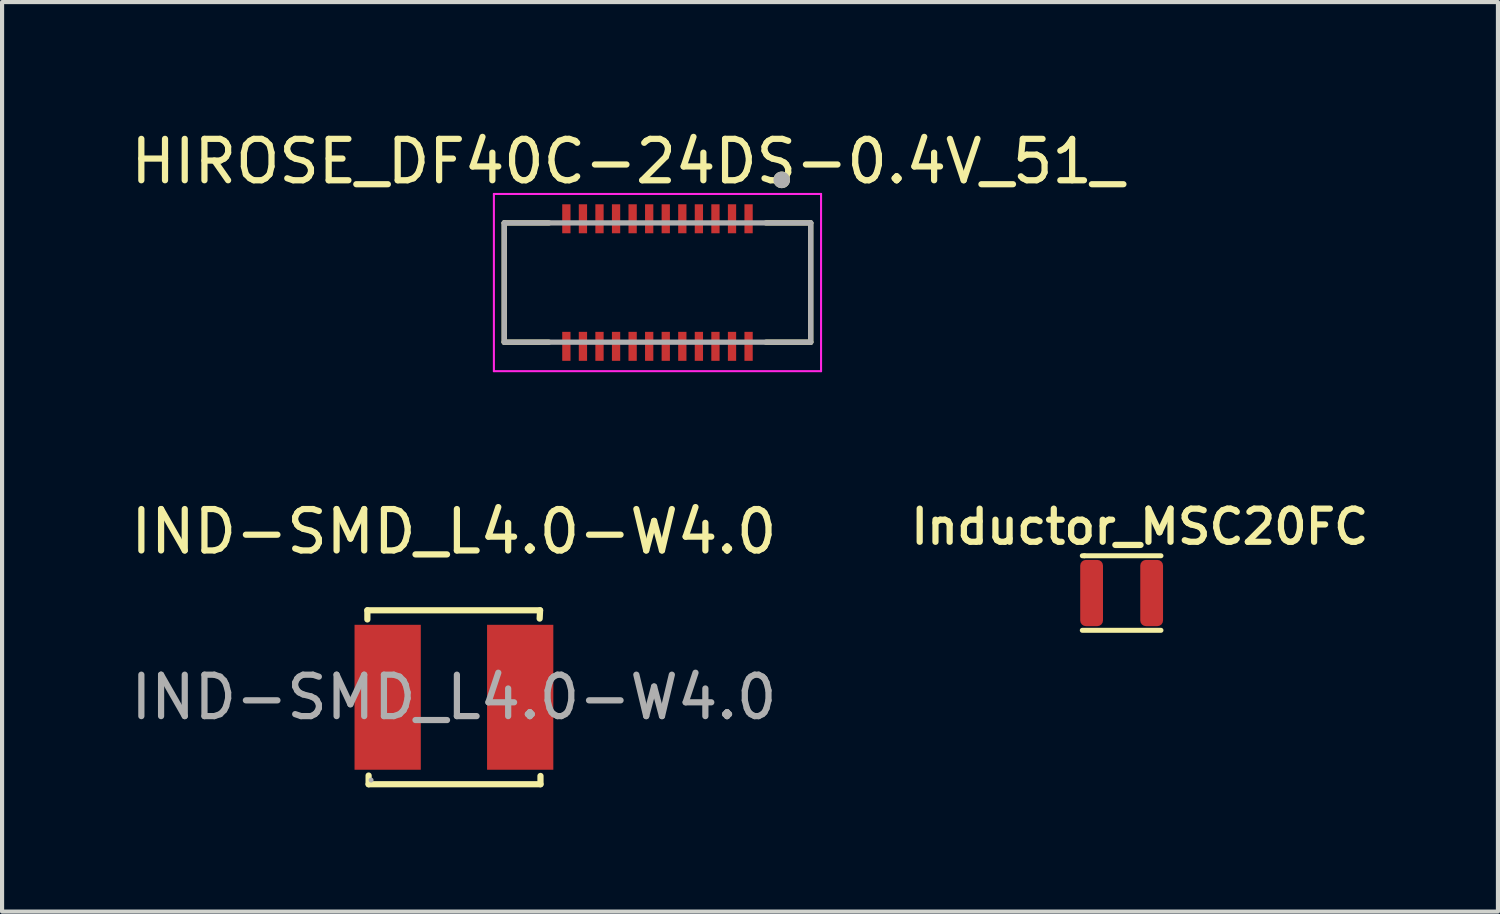
<source format=kicad_pcb>
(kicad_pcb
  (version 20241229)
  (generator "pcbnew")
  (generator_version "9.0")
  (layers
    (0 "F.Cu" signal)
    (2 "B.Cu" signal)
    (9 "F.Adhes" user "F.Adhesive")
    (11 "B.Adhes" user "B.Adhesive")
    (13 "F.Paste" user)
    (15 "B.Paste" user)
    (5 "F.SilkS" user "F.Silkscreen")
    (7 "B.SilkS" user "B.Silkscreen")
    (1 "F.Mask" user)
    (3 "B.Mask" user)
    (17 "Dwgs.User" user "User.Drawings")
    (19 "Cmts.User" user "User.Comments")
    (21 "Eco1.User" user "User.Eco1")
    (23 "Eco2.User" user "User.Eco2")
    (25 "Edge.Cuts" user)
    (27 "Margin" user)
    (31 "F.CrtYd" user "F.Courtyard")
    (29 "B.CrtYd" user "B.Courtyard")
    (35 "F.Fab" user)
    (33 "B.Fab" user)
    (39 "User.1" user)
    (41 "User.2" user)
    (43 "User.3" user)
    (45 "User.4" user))
  (footprint "Inductor_MSC20FC"
    (layer "F.Cu")
    (at 24.034 11.27)
    (property "Reference" "Inductor_MSC20FC" (at 0.438 -1.6 180) (layer "F.SilkS") (effects (font (size 0.8 0.8) (thickness 0.15))))
    (attr smd)
    (fp_line (start -0.95 0.9) (end 0.95 0.9) (stroke (width 0.12) (type solid)) (layer "F.SilkS"))
    (fp_line (start -0.9 -0.9) (end -0.95 -0.9) (stroke (width 0.12) (type solid)) (layer "F.SilkS"))
    (fp_line (start -0.9 -0.9) (end 0.95 -0.9) (stroke (width 0.12) (type solid)) (layer "F.SilkS"))
    (pad "1" smd roundrect (at -0.725 0 180) (size 0.55 1.6) (layers "F.Cu" "F.Mask" "F.Paste") (roundrect_rratio 0.25))
    (pad "2" smd roundrect (at 0.725 0 180) (size 0.55 1.6) (layers "F.Cu" "F.Mask" "F.Paste") (roundrect_rratio 0.25)))
  (footprint "IND-SMD_L4.0-W4.0"
    (layer "F.Cu")
    (at 7.911 13.787)
    (property "Reference" "IND-SMD_L4.0-W4.0" (at 0 -4 0) (layer "F.SilkS") (effects (font (size 1 1) (thickness 0.15))))
    (attr smd)
    (fp_line (start -2.09 -2.1) (end -2.09 -1.88) (stroke (width 0.15) (type solid)) (layer "F.SilkS"))
    (fp_line (start -2.06 1.89) (end -2.06 2.1) (stroke (width 0.15) (type solid)) (layer "F.SilkS"))
    (fp_line (start -2.06 2.1) (end 2.09 2.1) (stroke (width 0.15) (type solid)) (layer "F.SilkS"))
    (fp_line (start 2.07 -1.9) (end 2.08 -2.1) (stroke (width 0.15) (type solid)) (layer "F.SilkS"))
    (fp_line (start 2.08 -2.1) (end -2.09 -2.1) (stroke (width 0.15) (type solid)) (layer "F.SilkS"))
    (fp_line (start 2.09 2.1) (end 2.09 1.9) (stroke (width 0.15) (type solid)) (layer "F.SilkS"))
    (fp_circle (center -2 2) (end -1.97 2) (stroke (width 0.06) (type solid)) (fill no) (layer "F.Fab"))
    (fp_text user "${REFERENCE}" (at 0 0 0) (layer "F.Fab") (effects (font (size 1 1) (thickness 0.15))))
    (pad "1" smd rect (at -1.6 0) (size 1.6 3.5) (layers "F.Cu" "F.Mask" "F.Paste"))
    (pad "2" smd rect (at 1.6 0) (size 1.6 3.5) (layers "F.Cu" "F.Mask" "F.Paste")))
  (footprint "HIROSE_DF40C-24DS-0.4V_51_"
    (layer "F.Cu")
    (at 12.826 3.773)
    (property "Reference" "HIROSE_DF40C-24DS-0.4V_51_" (at -0.725 -2.925 0) (layer "F.SilkS") (effects (font (size 1 1) (thickness 0.15))))
    (attr smd)
    (fp_line (start -3.7 -1.44) (end -3.7 1.44) (stroke (width 0.127) (type solid)) (layer "F.SilkS"))
    (fp_line (start -3.7 1.44) (end -2.62 1.44) (stroke (width 0.127) (type solid)) (layer "F.SilkS"))
    (fp_line (start -2.62 -1.44) (end -3.7 -1.44) (stroke (width 0.127) (type solid)) (layer "F.SilkS"))
    (fp_line (start 3.7 -1.44) (end 2.62 -1.44) (stroke (width 0.127) (type solid)) (layer "F.SilkS"))
    (fp_line (start 3.7 -1.44) (end 3.7 1.44) (stroke (width 0.127) (type solid)) (layer "F.SilkS"))
    (fp_line (start 3.7 1.44) (end 2.62 1.44) (stroke (width 0.127) (type solid)) (layer "F.SilkS"))
    (fp_circle (center 3 -2.48) (end 3.1 -2.48) (stroke (width 0.2) (type solid)) (fill no) (layer "F.SilkS"))
    (fp_poly (pts (xy -2.289 -1.853) (xy -2.111 -1.853) (xy -2.111 -1.227) (xy -2.289 -1.227)) (stroke (width 0.01) (type solid)) (fill yes) (layer "F.Paste"))
    (fp_poly (pts (xy -2.289 1.227) (xy -2.111 1.227) (xy -2.111 1.853) (xy -2.289 1.853)) (stroke (width 0.01) (type solid)) (fill yes) (layer "F.Paste"))
    (fp_poly (pts (xy -1.889 -1.853) (xy -1.71 -1.853) (xy -1.71 -1.227) (xy -1.889 -1.227)) (stroke (width 0.01) (type solid)) (fill yes) (layer "F.Paste"))
    (fp_poly (pts (xy -1.889 1.227) (xy -1.71 1.227) (xy -1.71 1.853) (xy -1.889 1.853)) (stroke (width 0.01) (type solid)) (fill yes) (layer "F.Paste"))
    (fp_poly (pts (xy -1.49 -1.853) (xy -1.31 -1.853) (xy -1.31 -1.227) (xy -1.49 -1.227)) (stroke (width 0.01) (type solid)) (fill yes) (layer "F.Paste"))
    (fp_poly (pts (xy -1.49 1.227) (xy -1.31 1.227) (xy -1.31 1.853) (xy -1.49 1.853)) (stroke (width 0.01) (type solid)) (fill yes) (layer "F.Paste"))
    (fp_poly (pts (xy -1.089 -1.853) (xy -0.91 -1.853) (xy -0.91 -1.227) (xy -1.089 -1.227)) (stroke (width 0.01) (type solid)) (fill yes) (layer "F.Paste"))
    (fp_poly (pts (xy -1.089 1.227) (xy -0.91 1.227) (xy -0.91 1.853) (xy -1.089 1.853)) (stroke (width 0.01) (type solid)) (fill yes) (layer "F.Paste"))
    (fp_poly (pts (xy -0.69 -1.853) (xy -0.51 -1.853) (xy -0.51 -1.227) (xy -0.69 -1.227)) (stroke (width 0.01) (type solid)) (fill yes) (layer "F.Paste"))
    (fp_poly (pts (xy -0.69 1.227) (xy -0.51 1.227) (xy -0.51 1.853) (xy -0.69 1.853)) (stroke (width 0.01) (type solid)) (fill yes) (layer "F.Paste"))
    (fp_poly (pts (xy -0.289 -1.853) (xy -0.111 -1.853) (xy -0.111 -1.227) (xy -0.289 -1.227)) (stroke (width 0.01) (type solid)) (fill yes) (layer "F.Paste"))
    (fp_poly (pts (xy -0.289 1.227) (xy -0.111 1.227) (xy -0.111 1.853) (xy -0.289 1.853)) (stroke (width 0.01) (type solid)) (fill yes) (layer "F.Paste"))
    (fp_poly (pts (xy 0.111 -1.853) (xy 0.289 -1.853) (xy 0.289 -1.227) (xy 0.111 -1.227)) (stroke (width 0.01) (type solid)) (fill yes) (layer "F.Paste"))
    (fp_poly (pts (xy 0.111 1.227) (xy 0.289 1.227) (xy 0.289 1.853) (xy 0.111 1.853)) (stroke (width 0.01) (type solid)) (fill yes) (layer "F.Paste"))
    (fp_poly (pts (xy 0.51 -1.853) (xy 0.69 -1.853) (xy 0.69 -1.227) (xy 0.51 -1.227)) (stroke (width 0.01) (type solid)) (fill yes) (layer "F.Paste"))
    (fp_poly (pts (xy 0.51 1.227) (xy 0.69 1.227) (xy 0.69 1.853) (xy 0.51 1.853)) (stroke (width 0.01) (type solid)) (fill yes) (layer "F.Paste"))
    (fp_poly (pts (xy 0.91 -1.853) (xy 1.089 -1.853) (xy 1.089 -1.227) (xy 0.91 -1.227)) (stroke (width 0.01) (type solid)) (fill yes) (layer "F.Paste"))
    (fp_poly (pts (xy 0.91 1.227) (xy 1.089 1.227) (xy 1.089 1.853) (xy 0.91 1.853)) (stroke (width 0.01) (type solid)) (fill yes) (layer "F.Paste"))
    (fp_poly (pts (xy 1.31 -1.853) (xy 1.49 -1.853) (xy 1.49 -1.227) (xy 1.31 -1.227)) (stroke (width 0.01) (type solid)) (fill yes) (layer "F.Paste"))
    (fp_poly (pts (xy 1.31 1.227) (xy 1.49 1.227) (xy 1.49 1.853) (xy 1.31 1.853)) (stroke (width 0.01) (type solid)) (fill yes) (layer "F.Paste"))
    (fp_poly (pts (xy 1.71 -1.853) (xy 1.889 -1.853) (xy 1.889 -1.227) (xy 1.71 -1.227)) (stroke (width 0.01) (type solid)) (fill yes) (layer "F.Paste"))
    (fp_poly (pts (xy 1.71 1.227) (xy 1.889 1.227) (xy 1.889 1.853) (xy 1.71 1.853)) (stroke (width 0.01) (type solid)) (fill yes) (layer "F.Paste"))
    (fp_poly (pts (xy 2.111 -1.853) (xy 2.289 -1.853) (xy 2.289 -1.227) (xy 2.111 -1.227)) (stroke (width 0.01) (type solid)) (fill yes) (layer "F.Paste"))
    (fp_poly (pts (xy 2.111 1.227) (xy 2.289 1.227) (xy 2.289 1.853) (xy 2.111 1.853)) (stroke (width 0.01) (type solid)) (fill yes) (layer "F.Paste"))
    (fp_line (start -3.95 -2.14) (end -3.95 2.14) (stroke (width 0.05) (type solid)) (layer "F.CrtYd"))
    (fp_line (start -3.95 2.14) (end 3.95 2.14) (stroke (width 0.05) (type solid)) (layer "F.CrtYd"))
    (fp_line (start 3.95 -2.14) (end -3.95 -2.14) (stroke (width 0.05) (type solid)) (layer "F.CrtYd"))
    (fp_line (start 3.95 2.14) (end 3.95 -2.14) (stroke (width 0.05) (type solid)) (layer "F.CrtYd"))
    (fp_line (start -3.7 -1.44) (end 3.7 -1.44) (stroke (width 0.127) (type solid)) (layer "F.Fab"))
    (fp_line (start -3.7 1.44) (end -3.7 -1.44) (stroke (width 0.127) (type solid)) (layer "F.Fab"))
    (fp_line (start 3.7 -1.44) (end 3.7 1.44) (stroke (width 0.127) (type solid)) (layer "F.Fab"))
    (fp_line (start 3.7 1.44) (end -3.7 1.44) (stroke (width 0.127) (type solid)) (layer "F.Fab"))
    (fp_circle (center 3 -2.48) (end 3.1 -2.48) (stroke (width 0.2) (type solid)) (fill no) (layer "F.Fab"))
    (pad "1" smd rect (at 2.2 -1.54) (size 0.2 0.7) (layers "F.Cu" "F.Mask"))
    (pad "2" smd rect (at 2.2 1.54) (size 0.2 0.7) (layers "F.Cu" "F.Mask"))
    (pad "3" smd rect (at 1.8 -1.54) (size 0.2 0.7) (layers "F.Cu" "F.Mask"))
    (pad "4" smd rect (at 1.8 1.54) (size 0.2 0.7) (layers "F.Cu" "F.Mask"))
    (pad "5" smd rect (at 1.4 -1.54) (size 0.2 0.7) (layers "F.Cu" "F.Mask"))
    (pad "6" smd rect (at 1.4 1.54) (size 0.2 0.7) (layers "F.Cu" "F.Mask"))
    (pad "7" smd rect (at 1 -1.54) (size 0.2 0.7) (layers "F.Cu" "F.Mask"))
    (pad "8" smd rect (at 1 1.54) (size 0.2 0.7) (layers "F.Cu" "F.Mask"))
    (pad "9" smd rect (at 0.6 -1.54) (size 0.2 0.7) (layers "F.Cu" "F.Mask"))
    (pad "10" smd rect (at 0.6 1.54) (size 0.2 0.7) (layers "F.Cu" "F.Mask"))
    (pad "11" smd rect (at 0.2 -1.54) (size 0.2 0.7) (layers "F.Cu" "F.Mask"))
    (pad "12" smd rect (at 0.2 1.54) (size 0.2 0.7) (layers "F.Cu" "F.Mask"))
    (pad "13" smd rect (at -0.2 -1.54) (size 0.2 0.7) (layers "F.Cu" "F.Mask"))
    (pad "14" smd rect (at -0.2 1.54) (size 0.2 0.7) (layers "F.Cu" "F.Mask"))
    (pad "15" smd rect (at -0.6 -1.54) (size 0.2 0.7) (layers "F.Cu" "F.Mask"))
    (pad "16" smd rect (at -0.6 1.54) (size 0.2 0.7) (layers "F.Cu" "F.Mask"))
    (pad "17" smd rect (at -1 -1.54) (size 0.2 0.7) (layers "F.Cu" "F.Mask"))
    (pad "18" smd rect (at -1 1.54) (size 0.2 0.7) (layers "F.Cu" "F.Mask"))
    (pad "19" smd rect (at -1.4 -1.54) (size 0.2 0.7) (layers "F.Cu" "F.Mask"))
    (pad "20" smd rect (at -1.4 1.54) (size 0.2 0.7) (layers "F.Cu" "F.Mask"))
    (pad "21" smd rect (at -1.8 -1.54) (size 0.2 0.7) (layers "F.Cu" "F.Mask"))
    (pad "22" smd rect (at -1.8 1.54) (size 0.2 0.7) (layers "F.Cu" "F.Mask"))
    (pad "23" smd rect (at -2.2 -1.54) (size 0.2 0.7) (layers "F.Cu" "F.Mask"))
    (pad "24" smd rect (at -2.2 1.54) (size 0.2 0.7) (layers "F.Cu" "F.Mask")))
  (gr_rect
    (start -3 -3)
    (end 33.121 18.962)
    (stroke (width 0.1) (type default))
    (fill no)
    (layer "Edge.Cuts")))
</source>
